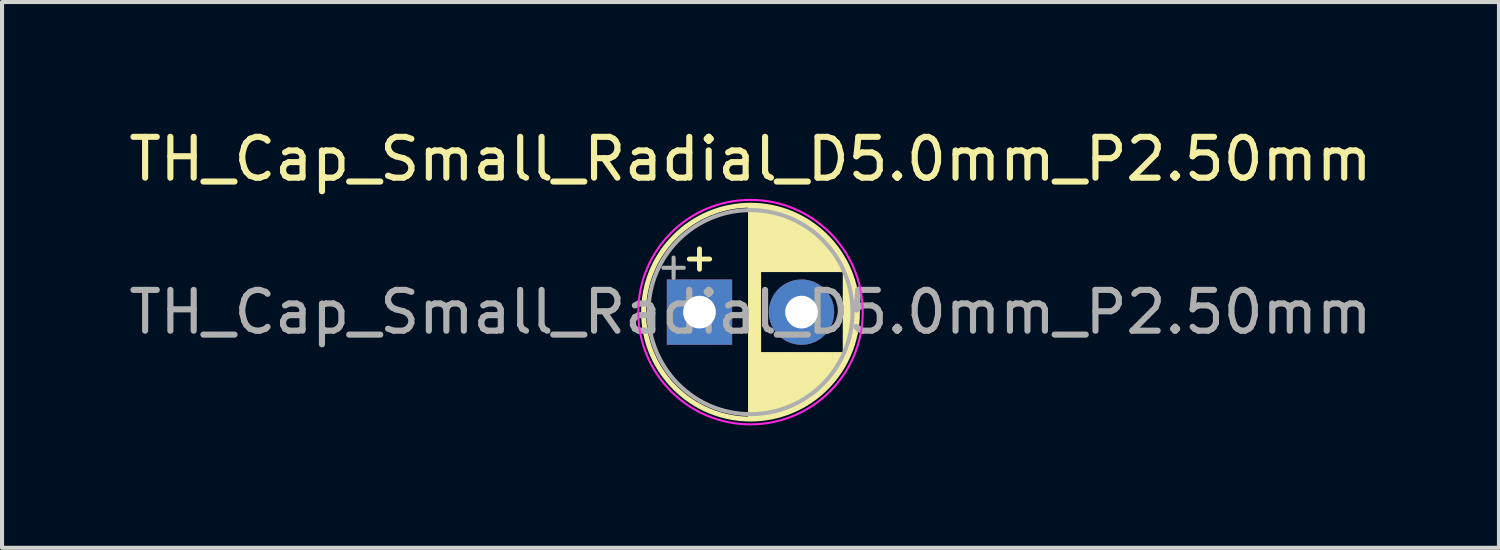
<source format=kicad_pcb>
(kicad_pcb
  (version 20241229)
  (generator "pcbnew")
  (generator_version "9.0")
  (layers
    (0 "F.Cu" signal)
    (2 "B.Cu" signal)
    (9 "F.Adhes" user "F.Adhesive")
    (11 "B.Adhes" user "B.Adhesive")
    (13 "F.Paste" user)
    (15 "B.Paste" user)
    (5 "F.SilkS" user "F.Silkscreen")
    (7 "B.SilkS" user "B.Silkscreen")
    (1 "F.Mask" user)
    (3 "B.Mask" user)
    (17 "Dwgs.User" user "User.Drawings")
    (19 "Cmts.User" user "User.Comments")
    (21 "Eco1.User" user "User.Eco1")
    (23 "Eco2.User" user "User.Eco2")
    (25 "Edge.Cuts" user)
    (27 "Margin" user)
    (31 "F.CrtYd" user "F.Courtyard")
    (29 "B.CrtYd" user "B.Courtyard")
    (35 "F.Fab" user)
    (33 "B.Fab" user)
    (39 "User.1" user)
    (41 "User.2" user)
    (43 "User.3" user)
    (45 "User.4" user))
  (footprint "TH_Cap_Small_Radial_D5.0mm_P2.50mm"
    (layer "F.Cu")
    (at 14.089 4.598)
    (property "Reference" "TH_Cap_Small_Radial_D5.0mm_P2.50mm" (at 1.25 -3.75 0) (layer "F.SilkS") (effects (font (size 1 1) (thickness 0.15))))
    (attr through_hole)
    (fp_line (start -0.25 -1.3) (end 0.25 -1.3) (stroke (width 0.12) (type solid)) (layer "F.SilkS"))
    (fp_line (start 0 -1.55) (end 0 -1.05) (stroke (width 0.12) (type solid)) (layer "F.SilkS"))
    (fp_line (start 1.25 -2.58) (end 1.25 2.58) (stroke (width 0.12) (type solid)) (layer "F.SilkS"))
    (fp_line (start 1.29 -2.58) (end 1.29 2.58) (stroke (width 0.12) (type solid)) (layer "F.SilkS"))
    (fp_line (start 1.33 -2.579) (end 1.33 2.579) (stroke (width 0.12) (type solid)) (layer "F.SilkS"))
    (fp_line (start 1.37 -2.578) (end 1.37 2.578) (stroke (width 0.12) (type solid)) (layer "F.SilkS"))
    (fp_line (start 1.41 -2.576) (end 1.41 2.576) (stroke (width 0.12) (type solid)) (layer "F.SilkS"))
    (fp_line (start 1.45 -2.573) (end 1.45 2.573) (stroke (width 0.12) (type solid)) (layer "F.SilkS"))
    (fp_line (start 1.49 -2.569) (end 1.49 -1.04) (stroke (width 0.12) (type solid)) (layer "F.SilkS"))
    (fp_line (start 1.49 1.04) (end 1.49 2.569) (stroke (width 0.12) (type solid)) (layer "F.SilkS"))
    (fp_line (start 1.53 -2.565) (end 1.53 -1.04) (stroke (width 0.12) (type solid)) (layer "F.SilkS"))
    (fp_line (start 1.53 1.04) (end 1.53 2.565) (stroke (width 0.12) (type solid)) (layer "F.SilkS"))
    (fp_line (start 1.57 -2.561) (end 1.57 -1.04) (stroke (width 0.12) (type solid)) (layer "F.SilkS"))
    (fp_line (start 1.57 1.04) (end 1.57 2.561) (stroke (width 0.12) (type solid)) (layer "F.SilkS"))
    (fp_line (start 1.61 -2.556) (end 1.61 -1.04) (stroke (width 0.12) (type solid)) (layer "F.SilkS"))
    (fp_line (start 1.61 1.04) (end 1.61 2.556) (stroke (width 0.12) (type solid)) (layer "F.SilkS"))
    (fp_line (start 1.65 -2.55) (end 1.65 -1.04) (stroke (width 0.12) (type solid)) (layer "F.SilkS"))
    (fp_line (start 1.65 1.04) (end 1.65 2.55) (stroke (width 0.12) (type solid)) (layer "F.SilkS"))
    (fp_line (start 1.69 -2.543) (end 1.69 -1.04) (stroke (width 0.12) (type solid)) (layer "F.SilkS"))
    (fp_line (start 1.69 1.04) (end 1.69 2.543) (stroke (width 0.12) (type solid)) (layer "F.SilkS"))
    (fp_line (start 1.73 -2.536) (end 1.73 -1.04) (stroke (width 0.12) (type solid)) (layer "F.SilkS"))
    (fp_line (start 1.73 1.04) (end 1.73 2.536) (stroke (width 0.12) (type solid)) (layer "F.SilkS"))
    (fp_line (start 1.77 -2.528) (end 1.77 -1.04) (stroke (width 0.12) (type solid)) (layer "F.SilkS"))
    (fp_line (start 1.77 1.04) (end 1.77 2.528) (stroke (width 0.12) (type solid)) (layer "F.SilkS"))
    (fp_line (start 1.81 -2.52) (end 1.81 -1.04) (stroke (width 0.12) (type solid)) (layer "F.SilkS"))
    (fp_line (start 1.81 1.04) (end 1.81 2.52) (stroke (width 0.12) (type solid)) (layer "F.SilkS"))
    (fp_line (start 1.85 -2.511) (end 1.85 -1.04) (stroke (width 0.12) (type solid)) (layer "F.SilkS"))
    (fp_line (start 1.85 1.04) (end 1.85 2.511) (stroke (width 0.12) (type solid)) (layer "F.SilkS"))
    (fp_line (start 1.89 -2.501) (end 1.89 -1.04) (stroke (width 0.12) (type solid)) (layer "F.SilkS"))
    (fp_line (start 1.89 1.04) (end 1.89 2.501) (stroke (width 0.12) (type solid)) (layer "F.SilkS"))
    (fp_line (start 1.93 -2.491) (end 1.93 -1.04) (stroke (width 0.12) (type solid)) (layer "F.SilkS"))
    (fp_line (start 1.93 1.04) (end 1.93 2.491) (stroke (width 0.12) (type solid)) (layer "F.SilkS"))
    (fp_line (start 1.971 -2.48) (end 1.971 -1.04) (stroke (width 0.12) (type solid)) (layer "F.SilkS"))
    (fp_line (start 1.971 1.04) (end 1.971 2.48) (stroke (width 0.12) (type solid)) (layer "F.SilkS"))
    (fp_line (start 2.011 -2.468) (end 2.011 -1.04) (stroke (width 0.12) (type solid)) (layer "F.SilkS"))
    (fp_line (start 2.011 1.04) (end 2.011 2.468) (stroke (width 0.12) (type solid)) (layer "F.SilkS"))
    (fp_line (start 2.051 -2.455) (end 2.051 -1.04) (stroke (width 0.12) (type solid)) (layer "F.SilkS"))
    (fp_line (start 2.051 1.04) (end 2.051 2.455) (stroke (width 0.12) (type solid)) (layer "F.SilkS"))
    (fp_line (start 2.091 -2.442) (end 2.091 -1.04) (stroke (width 0.12) (type solid)) (layer "F.SilkS"))
    (fp_line (start 2.091 1.04) (end 2.091 2.442) (stroke (width 0.12) (type solid)) (layer "F.SilkS"))
    (fp_line (start 2.131 -2.428) (end 2.131 -1.04) (stroke (width 0.12) (type solid)) (layer "F.SilkS"))
    (fp_line (start 2.131 1.04) (end 2.131 2.428) (stroke (width 0.12) (type solid)) (layer "F.SilkS"))
    (fp_line (start 2.171 -2.414) (end 2.171 -1.04) (stroke (width 0.12) (type solid)) (layer "F.SilkS"))
    (fp_line (start 2.171 1.04) (end 2.171 2.414) (stroke (width 0.12) (type solid)) (layer "F.SilkS"))
    (fp_line (start 2.211 -2.398) (end 2.211 -1.04) (stroke (width 0.12) (type solid)) (layer "F.SilkS"))
    (fp_line (start 2.211 1.04) (end 2.211 2.398) (stroke (width 0.12) (type solid)) (layer "F.SilkS"))
    (fp_line (start 2.251 -2.382) (end 2.251 -1.04) (stroke (width 0.12) (type solid)) (layer "F.SilkS"))
    (fp_line (start 2.251 1.04) (end 2.251 2.382) (stroke (width 0.12) (type solid)) (layer "F.SilkS"))
    (fp_line (start 2.291 -2.365) (end 2.291 -1.04) (stroke (width 0.12) (type solid)) (layer "F.SilkS"))
    (fp_line (start 2.291 1.04) (end 2.291 2.365) (stroke (width 0.12) (type solid)) (layer "F.SilkS"))
    (fp_line (start 2.331 -2.348) (end 2.331 -1.04) (stroke (width 0.12) (type solid)) (layer "F.SilkS"))
    (fp_line (start 2.331 1.04) (end 2.331 2.348) (stroke (width 0.12) (type solid)) (layer "F.SilkS"))
    (fp_line (start 2.371 -2.329) (end 2.371 -1.04) (stroke (width 0.12) (type solid)) (layer "F.SilkS"))
    (fp_line (start 2.371 1.04) (end 2.371 2.329) (stroke (width 0.12) (type solid)) (layer "F.SilkS"))
    (fp_line (start 2.411 -2.31) (end 2.411 -1.04) (stroke (width 0.12) (type solid)) (layer "F.SilkS"))
    (fp_line (start 2.411 1.04) (end 2.411 2.31) (stroke (width 0.12) (type solid)) (layer "F.SilkS"))
    (fp_line (start 2.451 -2.29) (end 2.451 -1.04) (stroke (width 0.12) (type solid)) (layer "F.SilkS"))
    (fp_line (start 2.451 1.04) (end 2.451 2.29) (stroke (width 0.12) (type solid)) (layer "F.SilkS"))
    (fp_line (start 2.491 -2.268) (end 2.491 -1.04) (stroke (width 0.12) (type solid)) (layer "F.SilkS"))
    (fp_line (start 2.491 1.04) (end 2.491 2.268) (stroke (width 0.12) (type solid)) (layer "F.SilkS"))
    (fp_line (start 2.531 -2.247) (end 2.531 -1.04) (stroke (width 0.12) (type solid)) (layer "F.SilkS"))
    (fp_line (start 2.531 1.04) (end 2.531 2.247) (stroke (width 0.12) (type solid)) (layer "F.SilkS"))
    (fp_line (start 2.571 -2.224) (end 2.571 -1.04) (stroke (width 0.12) (type solid)) (layer "F.SilkS"))
    (fp_line (start 2.571 1.04) (end 2.571 2.224) (stroke (width 0.12) (type solid)) (layer "F.SilkS"))
    (fp_line (start 2.611 -2.2) (end 2.611 -1.04) (stroke (width 0.12) (type solid)) (layer "F.SilkS"))
    (fp_line (start 2.611 1.04) (end 2.611 2.2) (stroke (width 0.12) (type solid)) (layer "F.SilkS"))
    (fp_line (start 2.651 -2.175) (end 2.651 -1.04) (stroke (width 0.12) (type solid)) (layer "F.SilkS"))
    (fp_line (start 2.651 1.04) (end 2.651 2.175) (stroke (width 0.12) (type solid)) (layer "F.SilkS"))
    (fp_line (start 2.691 -2.149) (end 2.691 -1.04) (stroke (width 0.12) (type solid)) (layer "F.SilkS"))
    (fp_line (start 2.691 1.04) (end 2.691 2.149) (stroke (width 0.12) (type solid)) (layer "F.SilkS"))
    (fp_line (start 2.731 -2.122) (end 2.731 -1.04) (stroke (width 0.12) (type solid)) (layer "F.SilkS"))
    (fp_line (start 2.731 1.04) (end 2.731 2.122) (stroke (width 0.12) (type solid)) (layer "F.SilkS"))
    (fp_line (start 2.771 -2.095) (end 2.771 -1.04) (stroke (width 0.12) (type solid)) (layer "F.SilkS"))
    (fp_line (start 2.771 1.04) (end 2.771 2.095) (stroke (width 0.12) (type solid)) (layer "F.SilkS"))
    (fp_line (start 2.811 -2.065) (end 2.811 -1.04) (stroke (width 0.12) (type solid)) (layer "F.SilkS"))
    (fp_line (start 2.811 1.04) (end 2.811 2.065) (stroke (width 0.12) (type solid)) (layer "F.SilkS"))
    (fp_line (start 2.851 -2.035) (end 2.851 -1.04) (stroke (width 0.12) (type solid)) (layer "F.SilkS"))
    (fp_line (start 2.851 1.04) (end 2.851 2.035) (stroke (width 0.12) (type solid)) (layer "F.SilkS"))
    (fp_line (start 2.891 -2.004) (end 2.891 -1.04) (stroke (width 0.12) (type solid)) (layer "F.SilkS"))
    (fp_line (start 2.891 1.04) (end 2.891 2.004) (stroke (width 0.12) (type solid)) (layer "F.SilkS"))
    (fp_line (start 2.931 -1.971) (end 2.931 -1.04) (stroke (width 0.12) (type solid)) (layer "F.SilkS"))
    (fp_line (start 2.931 1.04) (end 2.931 1.971) (stroke (width 0.12) (type solid)) (layer "F.SilkS"))
    (fp_line (start 2.971 -1.937) (end 2.971 -1.04) (stroke (width 0.12) (type solid)) (layer "F.SilkS"))
    (fp_line (start 2.971 1.04) (end 2.971 1.937) (stroke (width 0.12) (type solid)) (layer "F.SilkS"))
    (fp_line (start 3.011 -1.901) (end 3.011 -1.04) (stroke (width 0.12) (type solid)) (layer "F.SilkS"))
    (fp_line (start 3.011 1.04) (end 3.011 1.901) (stroke (width 0.12) (type solid)) (layer "F.SilkS"))
    (fp_line (start 3.051 -1.864) (end 3.051 -1.04) (stroke (width 0.12) (type solid)) (layer "F.SilkS"))
    (fp_line (start 3.051 1.04) (end 3.051 1.864) (stroke (width 0.12) (type solid)) (layer "F.SilkS"))
    (fp_line (start 3.091 -1.826) (end 3.091 -1.04) (stroke (width 0.12) (type solid)) (layer "F.SilkS"))
    (fp_line (start 3.091 1.04) (end 3.091 1.826) (stroke (width 0.12) (type solid)) (layer "F.SilkS"))
    (fp_line (start 3.131 -1.785) (end 3.131 -1.04) (stroke (width 0.12) (type solid)) (layer "F.SilkS"))
    (fp_line (start 3.131 1.04) (end 3.131 1.785) (stroke (width 0.12) (type solid)) (layer "F.SilkS"))
    (fp_line (start 3.171 -1.743) (end 3.171 -1.04) (stroke (width 0.12) (type solid)) (layer "F.SilkS"))
    (fp_line (start 3.171 1.04) (end 3.171 1.743) (stroke (width 0.12) (type solid)) (layer "F.SilkS"))
    (fp_line (start 3.211 -1.699) (end 3.211 -1.04) (stroke (width 0.12) (type solid)) (layer "F.SilkS"))
    (fp_line (start 3.211 1.04) (end 3.211 1.699) (stroke (width 0.12) (type solid)) (layer "F.SilkS"))
    (fp_line (start 3.251 -1.653) (end 3.251 -1.04) (stroke (width 0.12) (type solid)) (layer "F.SilkS"))
    (fp_line (start 3.251 1.04) (end 3.251 1.653) (stroke (width 0.12) (type solid)) (layer "F.SilkS"))
    (fp_line (start 3.291 -1.605) (end 3.291 -1.04) (stroke (width 0.12) (type solid)) (layer "F.SilkS"))
    (fp_line (start 3.291 1.04) (end 3.291 1.605) (stroke (width 0.12) (type solid)) (layer "F.SilkS"))
    (fp_line (start 3.331 -1.554) (end 3.331 -1.04) (stroke (width 0.12) (type solid)) (layer "F.SilkS"))
    (fp_line (start 3.331 1.04) (end 3.331 1.554) (stroke (width 0.12) (type solid)) (layer "F.SilkS"))
    (fp_line (start 3.371 -1.5) (end 3.371 -1.04) (stroke (width 0.12) (type solid)) (layer "F.SilkS"))
    (fp_line (start 3.371 1.04) (end 3.371 1.5) (stroke (width 0.12) (type solid)) (layer "F.SilkS"))
    (fp_line (start 3.411 -1.443) (end 3.411 -1.04) (stroke (width 0.12) (type solid)) (layer "F.SilkS"))
    (fp_line (start 3.411 1.04) (end 3.411 1.443) (stroke (width 0.12) (type solid)) (layer "F.SilkS"))
    (fp_line (start 3.451 -1.383) (end 3.451 -1.04) (stroke (width 0.12) (type solid)) (layer "F.SilkS"))
    (fp_line (start 3.451 1.04) (end 3.451 1.383) (stroke (width 0.12) (type solid)) (layer "F.SilkS"))
    (fp_line (start 3.491 -1.319) (end 3.491 -1.04) (stroke (width 0.12) (type solid)) (layer "F.SilkS"))
    (fp_line (start 3.491 1.04) (end 3.491 1.319) (stroke (width 0.12) (type solid)) (layer "F.SilkS"))
    (fp_line (start 3.531 -1.251) (end 3.531 -1.04) (stroke (width 0.12) (type solid)) (layer "F.SilkS"))
    (fp_line (start 3.531 1.04) (end 3.531 1.251) (stroke (width 0.12) (type solid)) (layer "F.SilkS"))
    (fp_line (start 3.571 -1.178) (end 3.571 1.178) (stroke (width 0.12) (type solid)) (layer "F.SilkS"))
    (fp_line (start 3.611 -1.098) (end 3.611 1.098) (stroke (width 0.12) (type solid)) (layer "F.SilkS"))
    (fp_line (start 3.651 -1.011) (end 3.651 1.011) (stroke (width 0.12) (type solid)) (layer "F.SilkS"))
    (fp_line (start 3.691 -0.915) (end 3.691 0.915) (stroke (width 0.12) (type solid)) (layer "F.SilkS"))
    (fp_line (start 3.731 -0.805) (end 3.731 0.805) (stroke (width 0.12) (type solid)) (layer "F.SilkS"))
    (fp_line (start 3.771 -0.677) (end 3.771 0.677) (stroke (width 0.12) (type solid)) (layer "F.SilkS"))
    (fp_line (start 3.811 -0.518) (end 3.811 0.518) (stroke (width 0.12) (type solid)) (layer "F.SilkS"))
    (fp_line (start 3.851 -0.284) (end 3.851 0.284) (stroke (width 0.12) (type solid)) (layer "F.SilkS"))
    (fp_circle (center 1.25 0) (end 3.87 0) (stroke (width 0.12) (type solid)) (fill no) (layer "F.SilkS"))
    (fp_circle (center 1.25 0) (end 4 0) (stroke (width 0.05) (type solid)) (fill no) (layer "F.CrtYd"))
    (fp_line (start -0.884 -1.087) (end -0.384 -1.087) (stroke (width 0.1) (type solid)) (layer "F.Fab"))
    (fp_line (start -0.634 -1.337) (end -0.634 -0.838) (stroke (width 0.1) (type solid)) (layer "F.Fab"))
    (fp_circle (center 1.25 0) (end 3.75 0) (stroke (width 0.1) (type solid)) (fill no) (layer "F.Fab"))
    (fp_text user "${REFERENCE}" (at 1.25 0 0) (layer "F.Fab") (effects (font (size 1 1) (thickness 0.15))))
    (pad "1" thru_hole rect (at 0 0) (size 1.6 1.6) (drill 0.8) (layers "*.Cu" "*.Mask"))
    (pad "2" thru_hole circle (at 2.5 0) (size 1.6 1.6) (drill 0.8) (layers "*.Cu" "*.Mask")))
  (gr_rect
    (start -3 -3)
    (end 33.679 10.373)
    (stroke (width 0.1) (type default))
    (fill no)
    (layer "Edge.Cuts")))
</source>
